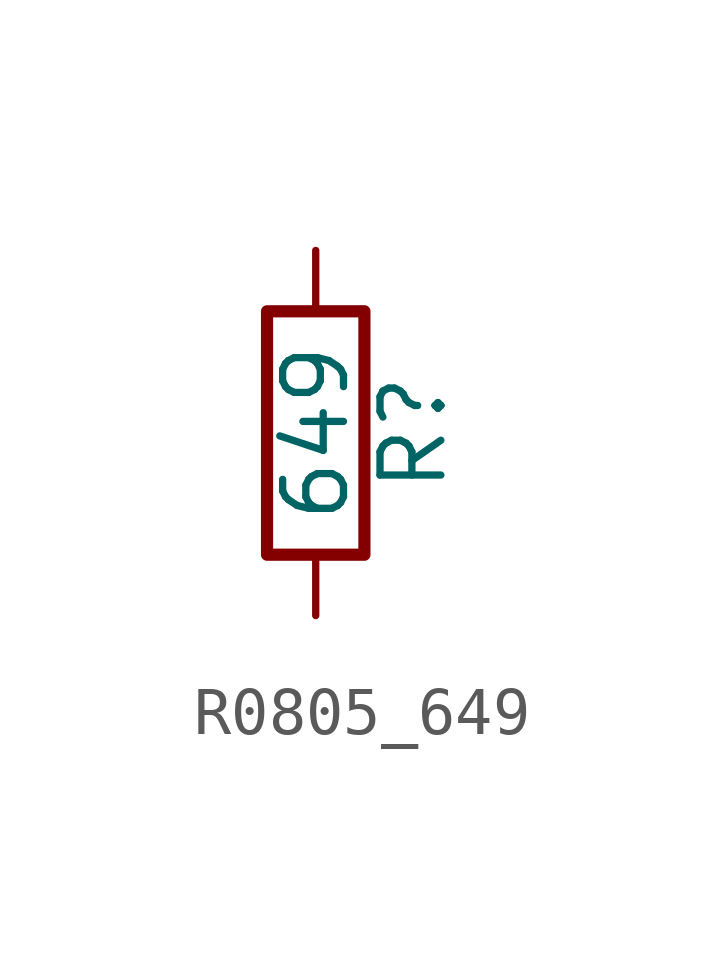
<source format=kicad_sym>
(kicad_symbol_lib
  (version 20211014)
  (generator atlantix-eda)
  (symbol "R0805_649"
    (pin_numbers hide)
    (pin_names
      (offset 0))
    (property "Reference" "R"
      (at 2.032 0 90)
      (effects (font (size 1.27 1.27))))
    (property "Value" "649"
      (at 0 0 90)
      (effects (font (size 1.27 1.27))))
    (symbol "R0805_649_0_1"
      (rectangle (start -1.016 -2.54) (end 1.016 2.54) (stroke (width 0.254) (type default) (color 0 0 0 0)) (fill (type none))))
    (symbol "R0805_649_1_1"
      (pin passive line (at 0 3.81 270) (length 1.27) (name "~" (effects (font (size 1.27 1.27)))) (number "1" (effects (font (size 1.27 1.27)))))
      (pin passive line (at 0 -3.81 90) (length 1.27) (name "~" (effects (font (size 1.27 1.27)))) (number "2" (effects (font (size 1.27 1.27))))))))
</source>
